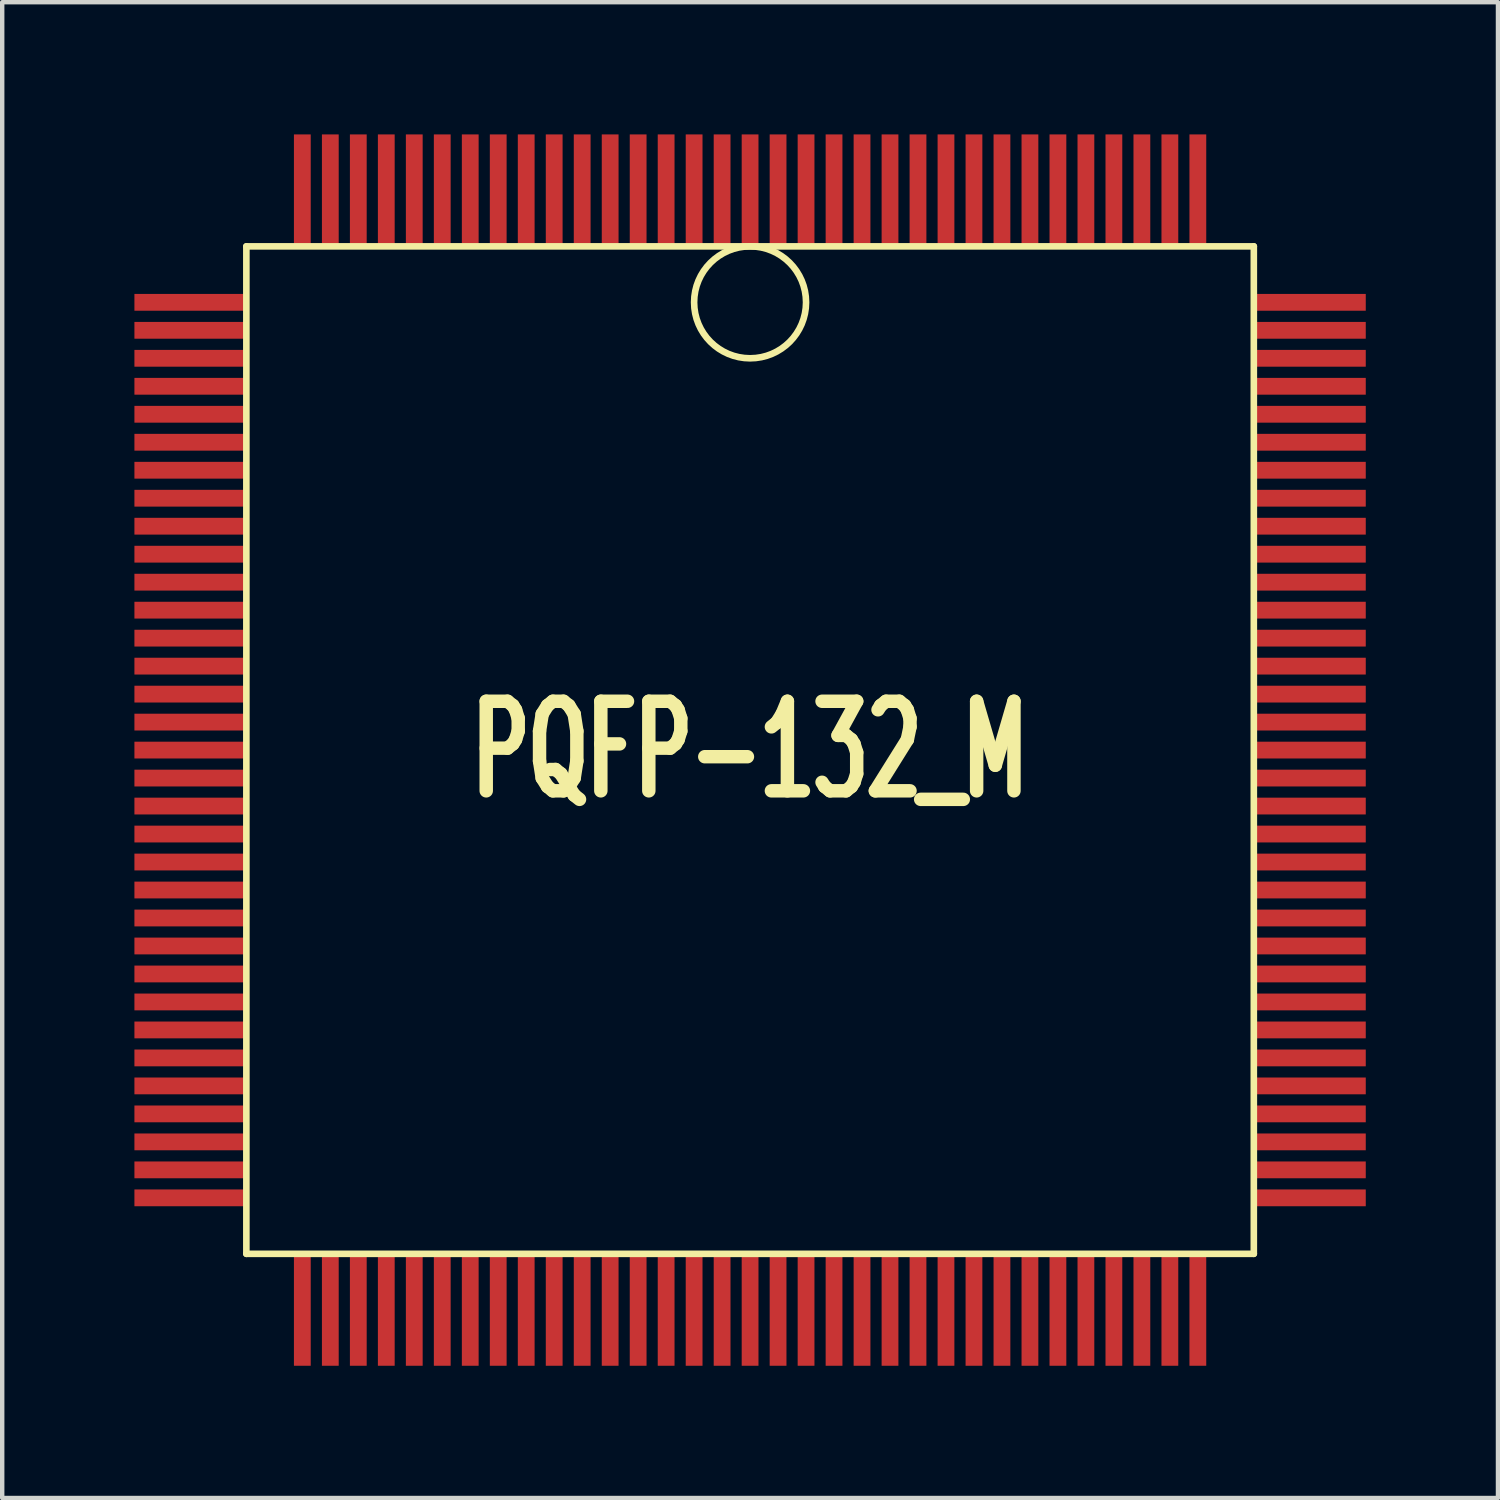
<source format=kicad_pcb>
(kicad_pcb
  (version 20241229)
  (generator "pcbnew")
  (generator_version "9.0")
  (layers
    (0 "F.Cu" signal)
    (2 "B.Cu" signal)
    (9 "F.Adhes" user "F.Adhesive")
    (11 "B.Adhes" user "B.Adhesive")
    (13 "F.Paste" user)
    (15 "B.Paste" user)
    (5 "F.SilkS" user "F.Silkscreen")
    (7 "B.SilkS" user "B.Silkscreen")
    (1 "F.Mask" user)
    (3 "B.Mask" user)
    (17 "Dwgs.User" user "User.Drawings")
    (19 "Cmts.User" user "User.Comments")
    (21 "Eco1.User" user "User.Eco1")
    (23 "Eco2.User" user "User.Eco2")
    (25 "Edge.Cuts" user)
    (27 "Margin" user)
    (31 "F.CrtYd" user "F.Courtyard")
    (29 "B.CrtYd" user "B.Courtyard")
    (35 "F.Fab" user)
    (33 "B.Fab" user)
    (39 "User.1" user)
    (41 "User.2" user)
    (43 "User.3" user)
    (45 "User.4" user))
  (footprint "PQFP-132_M"
    (layer "F.Cu")
    (at 13.97 13.97)
    (property "Reference" "PQFP-132_M" (at 0 0 0) (layer "F.SilkS") (effects (font (size 2.032 1.27) (thickness 0.305))))
    (attr smd)
    (fp_line (start -11.43 -11.43) (end 11.43 -11.43) (stroke (width 0.15) (type solid)) (layer "F.SilkS"))
    (fp_line (start -11.43 11.43) (end -11.43 -11.43) (stroke (width 0.15) (type solid)) (layer "F.SilkS"))
    (fp_line (start 11.43 -11.43) (end 11.43 11.43) (stroke (width 0.15) (type solid)) (layer "F.SilkS"))
    (fp_line (start 11.43 11.43) (end -11.43 11.43) (stroke (width 0.15) (type solid)) (layer "F.SilkS"))
    (fp_circle (center 0 -10.16) (end 0 -11.43) (stroke (width 0.15) (type solid)) (fill no) (layer "F.SilkS"))
    (pad "1" smd rect (at 0 -12.7) (size 0.381 2.54) (layers "F.Cu" "F.Mask" "F.Paste"))
    (pad "2" smd rect (at -0.635 -12.7) (size 0.381 2.54) (layers "F.Cu" "F.Mask" "F.Paste"))
    (pad "3" smd rect (at -1.27 -12.7) (size 0.381 2.54) (layers "F.Cu" "F.Mask" "F.Paste"))
    (pad "4" smd rect (at -1.905 -12.7) (size 0.381 2.54) (layers "F.Cu" "F.Mask" "F.Paste"))
    (pad "5" smd rect (at -2.54 -12.7) (size 0.381 2.54) (layers "F.Cu" "F.Mask" "F.Paste"))
    (pad "6" smd rect (at -3.175 -12.7) (size 0.381 2.54) (layers "F.Cu" "F.Mask" "F.Paste"))
    (pad "7" smd rect (at -3.81 -12.7) (size 0.381 2.54) (layers "F.Cu" "F.Mask" "F.Paste"))
    (pad "8" smd rect (at -4.445 -12.7) (size 0.381 2.54) (layers "F.Cu" "F.Mask" "F.Paste"))
    (pad "9" smd rect (at -5.08 -12.7) (size 0.381 2.54) (layers "F.Cu" "F.Mask" "F.Paste"))
    (pad "10" smd rect (at -5.715 -12.7) (size 0.381 2.54) (layers "F.Cu" "F.Mask" "F.Paste"))
    (pad "11" smd rect (at -6.35 -12.7) (size 0.381 2.54) (layers "F.Cu" "F.Mask" "F.Paste"))
    (pad "12" smd rect (at -6.985 -12.7) (size 0.381 2.54) (layers "F.Cu" "F.Mask" "F.Paste"))
    (pad "13" smd rect (at -7.62 -12.7) (size 0.381 2.54) (layers "F.Cu" "F.Mask" "F.Paste"))
    (pad "14" smd rect (at -8.255 -12.7) (size 0.381 2.54) (layers "F.Cu" "F.Mask" "F.Paste"))
    (pad "15" smd rect (at -8.89 -12.7) (size 0.381 2.54) (layers "F.Cu" "F.Mask" "F.Paste"))
    (pad "16" smd rect (at -9.525 -12.7) (size 0.381 2.54) (layers "F.Cu" "F.Mask" "F.Paste"))
    (pad "17" smd rect (at -10.16 -12.7) (size 0.381 2.54) (layers "F.Cu" "F.Mask" "F.Paste"))
    (pad "18" smd rect (at -12.7 -10.16) (size 2.54 0.381) (layers "F.Cu" "F.Mask" "F.Paste"))
    (pad "19" smd rect (at -12.7 -9.525) (size 2.54 0.381) (layers "F.Cu" "F.Mask" "F.Paste"))
    (pad "20" smd rect (at -12.7 -8.89) (size 2.54 0.381) (layers "F.Cu" "F.Mask" "F.Paste"))
    (pad "21" smd rect (at -12.7 -8.255) (size 2.54 0.381) (layers "F.Cu" "F.Mask" "F.Paste"))
    (pad "22" smd rect (at -12.7 -7.62) (size 2.54 0.381) (layers "F.Cu" "F.Mask" "F.Paste"))
    (pad "23" smd rect (at -12.7 -6.985) (size 2.54 0.381) (layers "F.Cu" "F.Mask" "F.Paste"))
    (pad "24" smd rect (at -12.7 -6.35) (size 2.54 0.381) (layers "F.Cu" "F.Mask" "F.Paste"))
    (pad "25" smd rect (at -12.7 -5.715) (size 2.54 0.381) (layers "F.Cu" "F.Mask" "F.Paste"))
    (pad "26" smd rect (at -12.7 -5.08) (size 2.54 0.381) (layers "F.Cu" "F.Mask" "F.Paste"))
    (pad "27" smd rect (at -12.7 -4.445) (size 2.54 0.381) (layers "F.Cu" "F.Mask" "F.Paste"))
    (pad "28" smd rect (at -12.7 -3.81) (size 2.54 0.381) (layers "F.Cu" "F.Mask" "F.Paste"))
    (pad "29" smd rect (at -12.7 -3.175) (size 2.54 0.381) (layers "F.Cu" "F.Mask" "F.Paste"))
    (pad "30" smd rect (at -12.7 -2.54) (size 2.54 0.381) (layers "F.Cu" "F.Mask" "F.Paste"))
    (pad "31" smd rect (at -12.7 -1.905) (size 2.54 0.381) (layers "F.Cu" "F.Mask" "F.Paste"))
    (pad "32" smd rect (at -12.7 -1.27) (size 2.54 0.381) (layers "F.Cu" "F.Mask" "F.Paste"))
    (pad "33" smd rect (at -12.7 -0.635) (size 2.54 0.381) (layers "F.Cu" "F.Mask" "F.Paste"))
    (pad "34" smd rect (at -12.7 0) (size 2.54 0.381) (layers "F.Cu" "F.Mask" "F.Paste"))
    (pad "35" smd rect (at -12.7 0.635) (size 2.54 0.381) (layers "F.Cu" "F.Mask" "F.Paste"))
    (pad "36" smd rect (at -12.7 1.27) (size 2.54 0.381) (layers "F.Cu" "F.Mask" "F.Paste"))
    (pad "37" smd rect (at -12.7 1.905) (size 2.54 0.381) (layers "F.Cu" "F.Mask" "F.Paste"))
    (pad "38" smd rect (at -12.7 2.54) (size 2.54 0.381) (layers "F.Cu" "F.Mask" "F.Paste"))
    (pad "39" smd rect (at -12.7 3.175) (size 2.54 0.381) (layers "F.Cu" "F.Mask" "F.Paste"))
    (pad "40" smd rect (at -12.7 3.81) (size 2.54 0.381) (layers "F.Cu" "F.Mask" "F.Paste"))
    (pad "41" smd rect (at -12.7 4.445) (size 2.54 0.381) (layers "F.Cu" "F.Mask" "F.Paste"))
    (pad "42" smd rect (at -12.7 5.08) (size 2.54 0.381) (layers "F.Cu" "F.Mask" "F.Paste"))
    (pad "43" smd rect (at -12.7 5.715) (size 2.54 0.381) (layers "F.Cu" "F.Mask" "F.Paste"))
    (pad "44" smd rect (at -12.7 6.35) (size 2.54 0.381) (layers "F.Cu" "F.Mask" "F.Paste"))
    (pad "45" smd rect (at -12.7 6.985) (size 2.54 0.381) (layers "F.Cu" "F.Mask" "F.Paste"))
    (pad "46" smd rect (at -12.7 7.62) (size 2.54 0.381) (layers "F.Cu" "F.Mask" "F.Paste"))
    (pad "47" smd rect (at -12.7 8.255) (size 2.54 0.381) (layers "F.Cu" "F.Mask" "F.Paste"))
    (pad "48" smd rect (at -12.7 8.89) (size 2.54 0.381) (layers "F.Cu" "F.Mask" "F.Paste"))
    (pad "49" smd rect (at -12.7 9.525) (size 2.54 0.381) (layers "F.Cu" "F.Mask" "F.Paste"))
    (pad "50" smd rect (at -12.7 10.16) (size 2.54 0.381) (layers "F.Cu" "F.Mask" "F.Paste"))
    (pad "51" smd rect (at -10.16 12.7) (size 0.381 2.54) (layers "F.Cu" "F.Mask" "F.Paste"))
    (pad "52" smd rect (at -9.525 12.7) (size 0.381 2.54) (layers "F.Cu" "F.Mask" "F.Paste"))
    (pad "53" smd rect (at -8.89 12.7) (size 0.381 2.54) (layers "F.Cu" "F.Mask" "F.Paste"))
    (pad "54" smd rect (at -8.255 12.7) (size 0.381 2.54) (layers "F.Cu" "F.Mask" "F.Paste"))
    (pad "55" smd rect (at -7.62 12.7) (size 0.381 2.54) (layers "F.Cu" "F.Mask" "F.Paste"))
    (pad "56" smd rect (at -6.985 12.7) (size 0.381 2.54) (layers "F.Cu" "F.Mask" "F.Paste"))
    (pad "57" smd rect (at -6.35 12.7) (size 0.381 2.54) (layers "F.Cu" "F.Mask" "F.Paste"))
    (pad "58" smd rect (at -5.715 12.7) (size 0.381 2.54) (layers "F.Cu" "F.Mask" "F.Paste"))
    (pad "59" smd rect (at -5.08 12.7) (size 0.381 2.54) (layers "F.Cu" "F.Mask" "F.Paste"))
    (pad "60" smd rect (at -4.445 12.7) (size 0.381 2.54) (layers "F.Cu" "F.Mask" "F.Paste"))
    (pad "61" smd rect (at -3.81 12.7) (size 0.381 2.54) (layers "F.Cu" "F.Mask" "F.Paste"))
    (pad "62" smd rect (at -3.175 12.7) (size 0.381 2.54) (layers "F.Cu" "F.Mask" "F.Paste"))
    (pad "63" smd rect (at -2.54 12.7) (size 0.381 2.54) (layers "F.Cu" "F.Mask" "F.Paste"))
    (pad "64" smd rect (at -1.905 12.7) (size 0.381 2.54) (layers "F.Cu" "F.Mask" "F.Paste"))
    (pad "65" smd rect (at -1.27 12.7) (size 0.381 2.54) (layers "F.Cu" "F.Mask" "F.Paste"))
    (pad "66" smd rect (at -0.635 12.7) (size 0.381 2.54) (layers "F.Cu" "F.Mask" "F.Paste"))
    (pad "67" smd rect (at 0 12.7) (size 0.381 2.54) (layers "F.Cu" "F.Mask" "F.Paste"))
    (pad "68" smd rect (at 0.635 12.7) (size 0.381 2.54) (layers "F.Cu" "F.Mask" "F.Paste"))
    (pad "69" smd rect (at 1.27 12.7) (size 0.381 2.54) (layers "F.Cu" "F.Mask" "F.Paste"))
    (pad "70" smd rect (at 1.905 12.7) (size 0.381 2.54) (layers "F.Cu" "F.Mask" "F.Paste"))
    (pad "71" smd rect (at 2.54 12.7) (size 0.381 2.54) (layers "F.Cu" "F.Mask" "F.Paste"))
    (pad "72" smd rect (at 3.175 12.7) (size 0.381 2.54) (layers "F.Cu" "F.Mask" "F.Paste"))
    (pad "73" smd rect (at 3.81 12.7) (size 0.381 2.54) (layers "F.Cu" "F.Mask" "F.Paste"))
    (pad "74" smd rect (at 4.445 12.7) (size 0.381 2.54) (layers "F.Cu" "F.Mask" "F.Paste"))
    (pad "75" smd rect (at 5.08 12.7) (size 0.381 2.54) (layers "F.Cu" "F.Mask" "F.Paste"))
    (pad "76" smd rect (at 5.715 12.7) (size 0.381 2.54) (layers "F.Cu" "F.Mask" "F.Paste"))
    (pad "77" smd rect (at 6.35 12.7) (size 0.381 2.54) (layers "F.Cu" "F.Mask" "F.Paste"))
    (pad "78" smd rect (at 6.985 12.7) (size 0.381 2.54) (layers "F.Cu" "F.Mask" "F.Paste"))
    (pad "79" smd rect (at 7.62 12.7) (size 0.381 2.54) (layers "F.Cu" "F.Mask" "F.Paste"))
    (pad "80" smd rect (at 8.255 12.7) (size 0.381 2.54) (layers "F.Cu" "F.Mask" "F.Paste"))
    (pad "81" smd rect (at 8.89 12.7) (size 0.381 2.54) (layers "F.Cu" "F.Mask" "F.Paste"))
    (pad "82" smd rect (at 9.525 12.7) (size 0.381 2.54) (layers "F.Cu" "F.Mask" "F.Paste"))
    (pad "83" smd rect (at 10.16 12.7) (size 0.381 2.54) (layers "F.Cu" "F.Mask" "F.Paste"))
    (pad "84" smd rect (at 12.7 10.16) (size 2.54 0.381) (layers "F.Cu" "F.Mask" "F.Paste"))
    (pad "85" smd rect (at 12.7 9.525) (size 2.54 0.381) (layers "F.Cu" "F.Mask" "F.Paste"))
    (pad "86" smd rect (at 12.7 8.89) (size 2.54 0.381) (layers "F.Cu" "F.Mask" "F.Paste"))
    (pad "87" smd rect (at 12.7 8.255) (size 2.54 0.381) (layers "F.Cu" "F.Mask" "F.Paste"))
    (pad "88" smd rect (at 12.7 7.62) (size 2.54 0.381) (layers "F.Cu" "F.Mask" "F.Paste"))
    (pad "89" smd rect (at 12.7 6.985) (size 2.54 0.381) (layers "F.Cu" "F.Mask" "F.Paste"))
    (pad "90" smd rect (at 12.7 6.35) (size 2.54 0.381) (layers "F.Cu" "F.Mask" "F.Paste"))
    (pad "91" smd rect (at 12.7 5.715) (size 2.54 0.381) (layers "F.Cu" "F.Mask" "F.Paste"))
    (pad "92" smd rect (at 12.7 5.08) (size 2.54 0.381) (layers "F.Cu" "F.Mask" "F.Paste"))
    (pad "93" smd rect (at 12.7 4.445) (size 2.54 0.381) (layers "F.Cu" "F.Mask" "F.Paste"))
    (pad "94" smd rect (at 12.7 3.81) (size 2.54 0.381) (layers "F.Cu" "F.Mask" "F.Paste"))
    (pad "95" smd rect (at 12.7 3.175) (size 2.54 0.381) (layers "F.Cu" "F.Mask" "F.Paste"))
    (pad "96" smd rect (at 12.7 2.54) (size 2.54 0.381) (layers "F.Cu" "F.Mask" "F.Paste"))
    (pad "97" smd rect (at 12.7 1.905) (size 2.54 0.381) (layers "F.Cu" "F.Mask" "F.Paste"))
    (pad "98" smd rect (at 12.7 1.27) (size 2.54 0.381) (layers "F.Cu" "F.Mask" "F.Paste"))
    (pad "99" smd rect (at 12.7 0.635) (size 2.54 0.381) (layers "F.Cu" "F.Mask" "F.Paste"))
    (pad "100" smd rect (at 12.7 0) (size 2.54 0.381) (layers "F.Cu" "F.Mask" "F.Paste"))
    (pad "101" smd rect (at 12.7 -0.635) (size 2.54 0.381) (layers "F.Cu" "F.Mask" "F.Paste"))
    (pad "102" smd rect (at 12.7 -1.27) (size 2.54 0.381) (layers "F.Cu" "F.Mask" "F.Paste"))
    (pad "103" smd rect (at 12.7 -1.905) (size 2.54 0.381) (layers "F.Cu" "F.Mask" "F.Paste"))
    (pad "104" smd rect (at 12.7 -2.54) (size 2.54 0.381) (layers "F.Cu" "F.Mask" "F.Paste"))
    (pad "105" smd rect (at 12.7 -3.175) (size 2.54 0.381) (layers "F.Cu" "F.Mask" "F.Paste"))
    (pad "106" smd rect (at 12.7 -3.81) (size 2.54 0.381) (layers "F.Cu" "F.Mask" "F.Paste"))
    (pad "107" smd rect (at 12.7 -4.445) (size 2.54 0.381) (layers "F.Cu" "F.Mask" "F.Paste"))
    (pad "108" smd rect (at 12.7 -5.08) (size 2.54 0.381) (layers "F.Cu" "F.Mask" "F.Paste"))
    (pad "109" smd rect (at 12.7 -5.715) (size 2.54 0.381) (layers "F.Cu" "F.Mask" "F.Paste"))
    (pad "110" smd rect (at 12.7 -6.35) (size 2.54 0.381) (layers "F.Cu" "F.Mask" "F.Paste"))
    (pad "111" smd rect (at 12.7 -6.985) (size 2.54 0.381) (layers "F.Cu" "F.Mask" "F.Paste"))
    (pad "112" smd rect (at 12.7 -7.62) (size 2.54 0.381) (layers "F.Cu" "F.Mask" "F.Paste"))
    (pad "113" smd rect (at 12.7 -8.255) (size 2.54 0.381) (layers "F.Cu" "F.Mask" "F.Paste"))
    (pad "114" smd rect (at 12.7 -8.89) (size 2.54 0.381) (layers "F.Cu" "F.Mask" "F.Paste"))
    (pad "115" smd rect (at 12.7 -9.525) (size 2.54 0.381) (layers "F.Cu" "F.Mask" "F.Paste"))
    (pad "116" smd rect (at 12.7 -10.16) (size 2.54 0.381) (layers "F.Cu" "F.Mask" "F.Paste"))
    (pad "117" smd rect (at 10.16 -12.7) (size 0.381 2.54) (layers "F.Cu" "F.Mask" "F.Paste"))
    (pad "118" smd rect (at 9.525 -12.7) (size 0.381 2.54) (layers "F.Cu" "F.Mask" "F.Paste"))
    (pad "119" smd rect (at 8.89 -12.7) (size 0.381 2.54) (layers "F.Cu" "F.Mask" "F.Paste"))
    (pad "120" smd rect (at 8.255 -12.7) (size 0.381 2.54) (layers "F.Cu" "F.Mask" "F.Paste"))
    (pad "121" smd rect (at 7.62 -12.7) (size 0.381 2.54) (layers "F.Cu" "F.Mask" "F.Paste"))
    (pad "122" smd rect (at 6.985 -12.7) (size 0.381 2.54) (layers "F.Cu" "F.Mask" "F.Paste"))
    (pad "123" smd rect (at 6.35 -12.7) (size 0.381 2.54) (layers "F.Cu" "F.Mask" "F.Paste"))
    (pad "124" smd rect (at 5.715 -12.7) (size 0.381 2.54) (layers "F.Cu" "F.Mask" "F.Paste"))
    (pad "125" smd rect (at 5.08 -12.7) (size 0.381 2.54) (layers "F.Cu" "F.Mask" "F.Paste"))
    (pad "126" smd rect (at 4.445 -12.7) (size 0.381 2.54) (layers "F.Cu" "F.Mask" "F.Paste"))
    (pad "127" smd rect (at 3.81 -12.7) (size 0.381 2.54) (layers "F.Cu" "F.Mask" "F.Paste"))
    (pad "128" smd rect (at 3.175 -12.7) (size 0.381 2.54) (layers "F.Cu" "F.Mask" "F.Paste"))
    (pad "129" smd rect (at 2.54 -12.7) (size 0.381 2.54) (layers "F.Cu" "F.Mask" "F.Paste"))
    (pad "130" smd rect (at 1.905 -12.7) (size 0.381 2.54) (layers "F.Cu" "F.Mask" "F.Paste"))
    (pad "131" smd rect (at 1.27 -12.7) (size 0.381 2.54) (layers "F.Cu" "F.Mask" "F.Paste"))
    (pad "132" smd rect (at 0.635 -12.7) (size 0.381 2.54) (layers "F.Cu" "F.Mask" "F.Paste")))
  (gr_rect
    (start -3 -3)
    (end 30.94 30.94)
    (stroke (width 0.1) (type default))
    (fill no)
    (layer "Edge.Cuts")))
</source>
